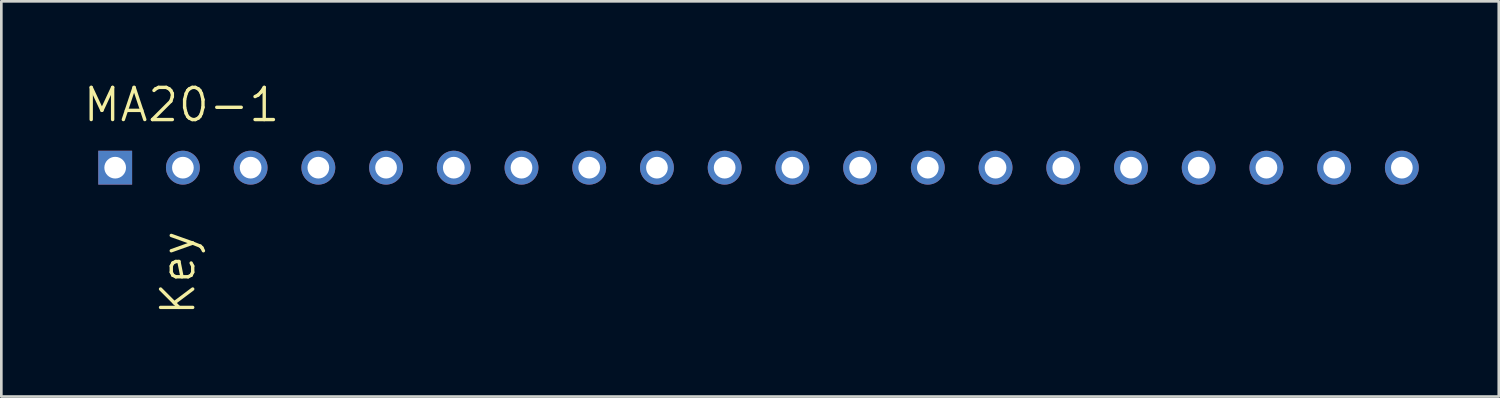
<source format=kicad_pcb>
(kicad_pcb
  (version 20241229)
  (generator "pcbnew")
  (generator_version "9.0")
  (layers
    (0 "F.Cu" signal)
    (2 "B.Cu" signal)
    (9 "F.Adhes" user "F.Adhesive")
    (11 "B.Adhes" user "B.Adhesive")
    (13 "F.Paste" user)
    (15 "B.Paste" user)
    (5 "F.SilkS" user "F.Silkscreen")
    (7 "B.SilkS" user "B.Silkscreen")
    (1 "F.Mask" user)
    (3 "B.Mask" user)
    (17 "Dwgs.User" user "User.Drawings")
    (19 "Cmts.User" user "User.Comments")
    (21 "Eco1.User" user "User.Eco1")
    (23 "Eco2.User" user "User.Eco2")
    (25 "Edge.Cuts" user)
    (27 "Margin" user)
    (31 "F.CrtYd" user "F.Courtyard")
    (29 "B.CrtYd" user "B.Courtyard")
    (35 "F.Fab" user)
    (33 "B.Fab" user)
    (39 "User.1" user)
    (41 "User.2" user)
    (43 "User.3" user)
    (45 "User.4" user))
  (footprint "MA20-1"
    (layer "F.Cu")
    (at 25.4 3.239)
    (property "Reference" "MA20-1" (at -25.4 -1.651 0) (layer "F.SilkS") (effects (font (size 1.206 1.206) (thickness 0.127)) (justify left bottom)))
    (attr through_hole)
    (fp_text user "Key" (at -22.479 2.286 90) (layer "F.SilkS") (effects (font (size 1.206 1.206) (thickness 0.127)) (justify right top)))
    (pad "1" thru_hole rect (at -24.13 0 90) (size 1.27 1.27) (drill 0.813) (layers "*.Cu" "*.Mask"))
    (pad "2" thru_hole circle (at -21.59 0 90) (size 1.27 1.27) (drill 0.813) (layers "*.Cu" "*.Mask"))
    (pad "3" thru_hole circle (at -19.05 0 90) (size 1.27 1.27) (drill 0.813) (layers "*.Cu" "*.Mask"))
    (pad "4" thru_hole circle (at -16.51 0 90) (size 1.27 1.27) (drill 0.813) (layers "*.Cu" "*.Mask"))
    (pad "5" thru_hole circle (at -13.97 0 90) (size 1.27 1.27) (drill 0.813) (layers "*.Cu" "*.Mask"))
    (pad "6" thru_hole circle (at -11.43 0 90) (size 1.27 1.27) (drill 0.813) (layers "*.Cu" "*.Mask"))
    (pad "7" thru_hole circle (at -8.89 0 90) (size 1.27 1.27) (drill 0.813) (layers "*.Cu" "*.Mask"))
    (pad "8" thru_hole circle (at -6.35 0 90) (size 1.27 1.27) (drill 0.813) (layers "*.Cu" "*.Mask"))
    (pad "9" thru_hole circle (at -3.81 0 90) (size 1.27 1.27) (drill 0.813) (layers "*.Cu" "*.Mask"))
    (pad "10" thru_hole circle (at -1.27 0 90) (size 1.27 1.27) (drill 0.813) (layers "*.Cu" "*.Mask"))
    (pad "11" thru_hole circle (at 1.27 0 90) (size 1.27 1.27) (drill 0.813) (layers "*.Cu" "*.Mask"))
    (pad "12" thru_hole circle (at 3.81 0 90) (size 1.27 1.27) (drill 0.813) (layers "*.Cu" "*.Mask"))
    (pad "13" thru_hole circle (at 6.35 0 90) (size 1.27 1.27) (drill 0.813) (layers "*.Cu" "*.Mask"))
    (pad "14" thru_hole circle (at 8.89 0 90) (size 1.27 1.27) (drill 0.813) (layers "*.Cu" "*.Mask"))
    (pad "15" thru_hole circle (at 11.43 0 90) (size 1.27 1.27) (drill 0.813) (layers "*.Cu" "*.Mask"))
    (pad "16" thru_hole circle (at 13.97 0 90) (size 1.27 1.27) (drill 0.813) (layers "*.Cu" "*.Mask"))
    (pad "17" thru_hole circle (at 16.51 0 90) (size 1.27 1.27) (drill 0.813) (layers "*.Cu" "*.Mask"))
    (pad "18" thru_hole circle (at 19.05 0 90) (size 1.27 1.27) (drill 0.813) (layers "*.Cu" "*.Mask"))
    (pad "19" thru_hole circle (at 21.59 0 90) (size 1.27 1.27) (drill 0.813) (layers "*.Cu" "*.Mask"))
    (pad "20" thru_hole circle (at 24.13 0 90) (size 1.27 1.27) (drill 0.813) (layers "*.Cu" "*.Mask")))
  (gr_rect
    (start -3 -3)
    (end 53.165 11.824)
    (stroke (width 0.1) (type default))
    (fill no)
    (layer "Edge.Cuts")))
</source>
